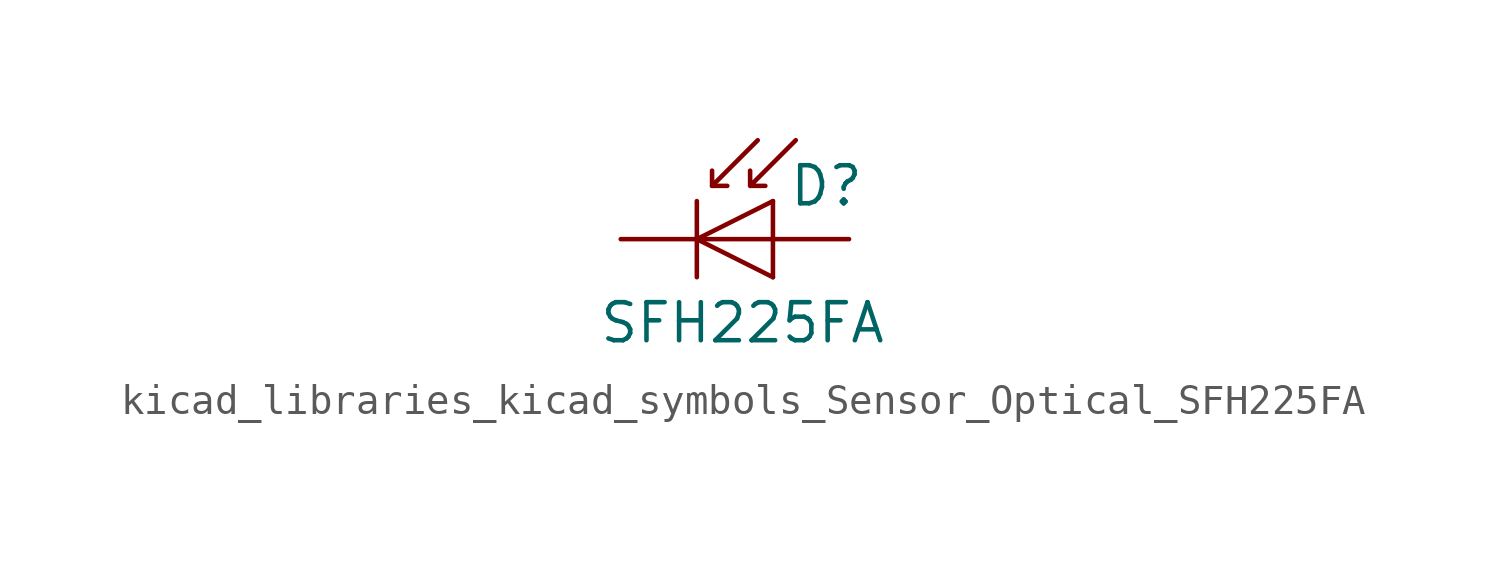
<source format=kicad_sym>
(kicad_symbol_lib
  (version 20220914)
  (generator kicad_symbol_editor)
  (symbol "kicad_libraries_kicad_symbols_Sensor_Optical_SFH225FA"
    (pin_numbers hide)
    (pin_names hide)
    (property "Reference" "D"
      (at 0.508 1.778 0)
      (effects (font (size 1.27 1.27)) (justify left)))
    (property "Value" "SFH225FA"
      (at -1.016 -2.794 0)
      (effects (font (size 1.27 1.27))))
    (symbol "kicad_libraries_kicad_symbols_Sensor_Optical_SFH225FA_0_1"
      (polyline (pts (xy -2.54 1.27) (xy -2.54 -1.27)) (stroke (width 0.152) (type default)) (fill (type none)))
      (polyline (pts (xy -2.032 1.778) (xy -1.524 1.778)) (stroke (width 0) (type default)) (fill (type none)))
      (polyline (pts (xy 0 -1.27) (xy 0 1.27)) (stroke (width 0) (type default)) (fill (type none)))
      (polyline (pts (xy 0 0) (xy -2.54 0)) (stroke (width 0) (type default)) (fill (type none)))
      (polyline (pts (xy -0.508 3.302) (xy -2.032 1.778) (xy -2.032 2.286)) (stroke (width 0) (type default)) (fill (type none)))
      (polyline (pts (xy 0 1.27) (xy -2.54 0) (xy 0 -1.27)) (stroke (width 0) (type default)) (fill (type none)))
      (polyline (pts (xy 0.762 3.302) (xy -0.762 1.778) (xy -0.762 2.286) (xy -0.762 1.778) (xy -0.254 1.778)) (stroke (width 0) (type default)) (fill (type none))))
    (symbol "kicad_libraries_kicad_symbols_Sensor_Optical_SFH225FA_1_1"
      (pin passive line (at -5.08 0 0) (length 2.54) (name "K" (effects (font (size 1.27 1.27)))) (number "1" (effects (font (size 1.27 1.27)))))
      (pin passive line (at 2.54 0 180) (length 2.54) (name "A" (effects (font (size 1.27 1.27)))) (number "2" (effects (font (size 1.27 1.27))))))))
</source>
